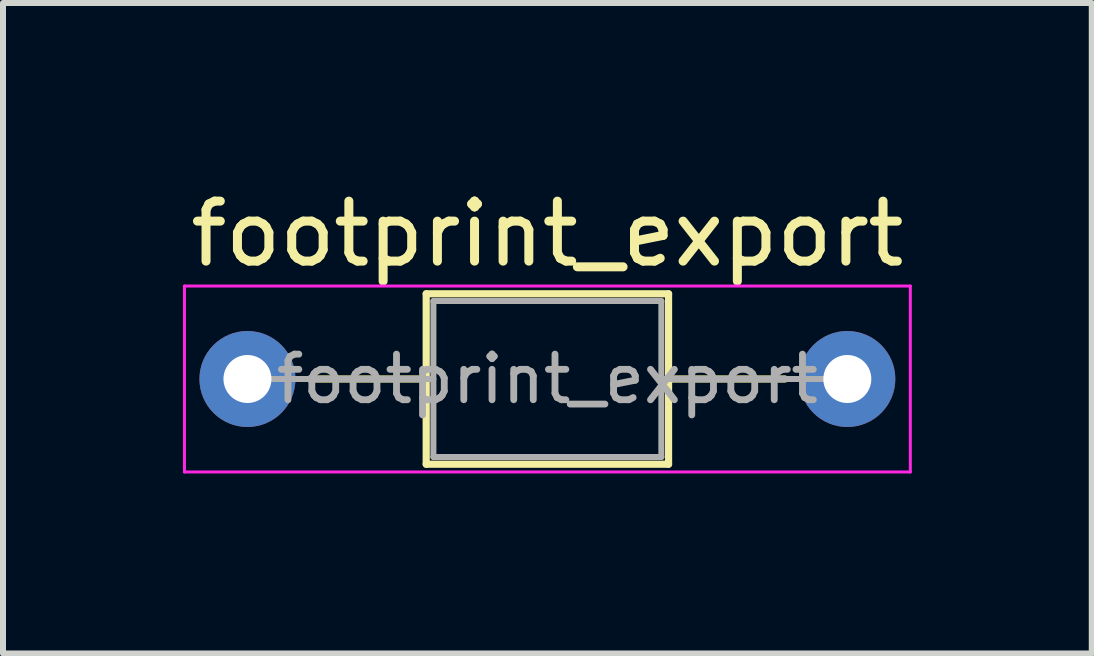
<source format=kicad_pcb>
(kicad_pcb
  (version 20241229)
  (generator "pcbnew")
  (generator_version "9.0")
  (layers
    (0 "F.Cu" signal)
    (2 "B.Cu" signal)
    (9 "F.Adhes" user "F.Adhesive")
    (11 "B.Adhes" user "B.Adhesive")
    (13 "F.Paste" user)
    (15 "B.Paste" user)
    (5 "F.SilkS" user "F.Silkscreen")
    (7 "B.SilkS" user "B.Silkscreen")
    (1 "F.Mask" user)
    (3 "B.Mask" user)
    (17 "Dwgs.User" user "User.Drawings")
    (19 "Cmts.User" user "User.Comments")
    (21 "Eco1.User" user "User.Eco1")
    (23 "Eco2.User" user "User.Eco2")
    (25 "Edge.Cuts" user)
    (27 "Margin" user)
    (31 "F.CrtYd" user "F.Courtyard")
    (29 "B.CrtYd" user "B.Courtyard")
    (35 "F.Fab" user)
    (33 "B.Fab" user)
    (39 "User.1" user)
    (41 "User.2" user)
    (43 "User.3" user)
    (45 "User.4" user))
  (footprint "footprint_export"
    (layer "F.Cu")
    (at 1.075 3.268)
    (property "Reference" "footprint_export" (at 5 -2.42 0) (layer "F.SilkS") (effects (font (size 1 1) (thickness 0.15))))
    (attr through_hole)
    (fp_line (start 1.04 0) (end 2.98 0) (stroke (width 0.12) (type solid)) (layer "F.SilkS"))
    (fp_line (start 2.98 -1.42) (end 2.98 1.42) (stroke (width 0.12) (type solid)) (layer "F.SilkS"))
    (fp_line (start 2.98 1.42) (end 7.02 1.42) (stroke (width 0.12) (type solid)) (layer "F.SilkS"))
    (fp_line (start 7.02 -1.42) (end 2.98 -1.42) (stroke (width 0.12) (type solid)) (layer "F.SilkS"))
    (fp_line (start 7.02 1.42) (end 7.02 -1.42) (stroke (width 0.12) (type solid)) (layer "F.SilkS"))
    (fp_line (start 8.96 0) (end 7.02 0) (stroke (width 0.12) (type solid)) (layer "F.SilkS"))
    (fp_line (start -1.05 -1.55) (end -1.05 1.55) (stroke (width 0.05) (type solid)) (layer "F.CrtYd"))
    (fp_line (start -1.05 1.55) (end 11.05 1.55) (stroke (width 0.05) (type solid)) (layer "F.CrtYd"))
    (fp_line (start 11.05 -1.55) (end -1.05 -1.55) (stroke (width 0.05) (type solid)) (layer "F.CrtYd"))
    (fp_line (start 11.05 1.55) (end 11.05 -1.55) (stroke (width 0.05) (type solid)) (layer "F.CrtYd"))
    (fp_line (start 0 0) (end 3.1 0) (stroke (width 0.1) (type solid)) (layer "F.Fab"))
    (fp_line (start 3.1 -1.3) (end 3.1 1.3) (stroke (width 0.1) (type solid)) (layer "F.Fab"))
    (fp_line (start 3.1 1.3) (end 6.9 1.3) (stroke (width 0.1) (type solid)) (layer "F.Fab"))
    (fp_line (start 6.9 -1.3) (end 3.1 -1.3) (stroke (width 0.1) (type solid)) (layer "F.Fab"))
    (fp_line (start 6.9 1.3) (end 6.9 -1.3) (stroke (width 0.1) (type solid)) (layer "F.Fab"))
    (fp_line (start 10 0) (end 6.9 0) (stroke (width 0.1) (type solid)) (layer "F.Fab"))
    (fp_text user "${REFERENCE}" (at 5 0 0) (layer "F.Fab") (effects (font (size 0.76 0.76) (thickness 0.114))))
    (pad "1" thru_hole circle (at 0 0) (size 1.6 1.6) (drill 0.8) (layers "*.Cu" "*.Mask"))
    (pad "2" thru_hole oval (at 10 0) (size 1.6 1.6) (drill 0.8) (layers "*.Cu" "*.Mask")))
  (gr_rect
    (start -3 -3)
    (end 15.15 7.843)
    (stroke (width 0.1) (type default))
    (fill no)
    (layer "Edge.Cuts")))
</source>
